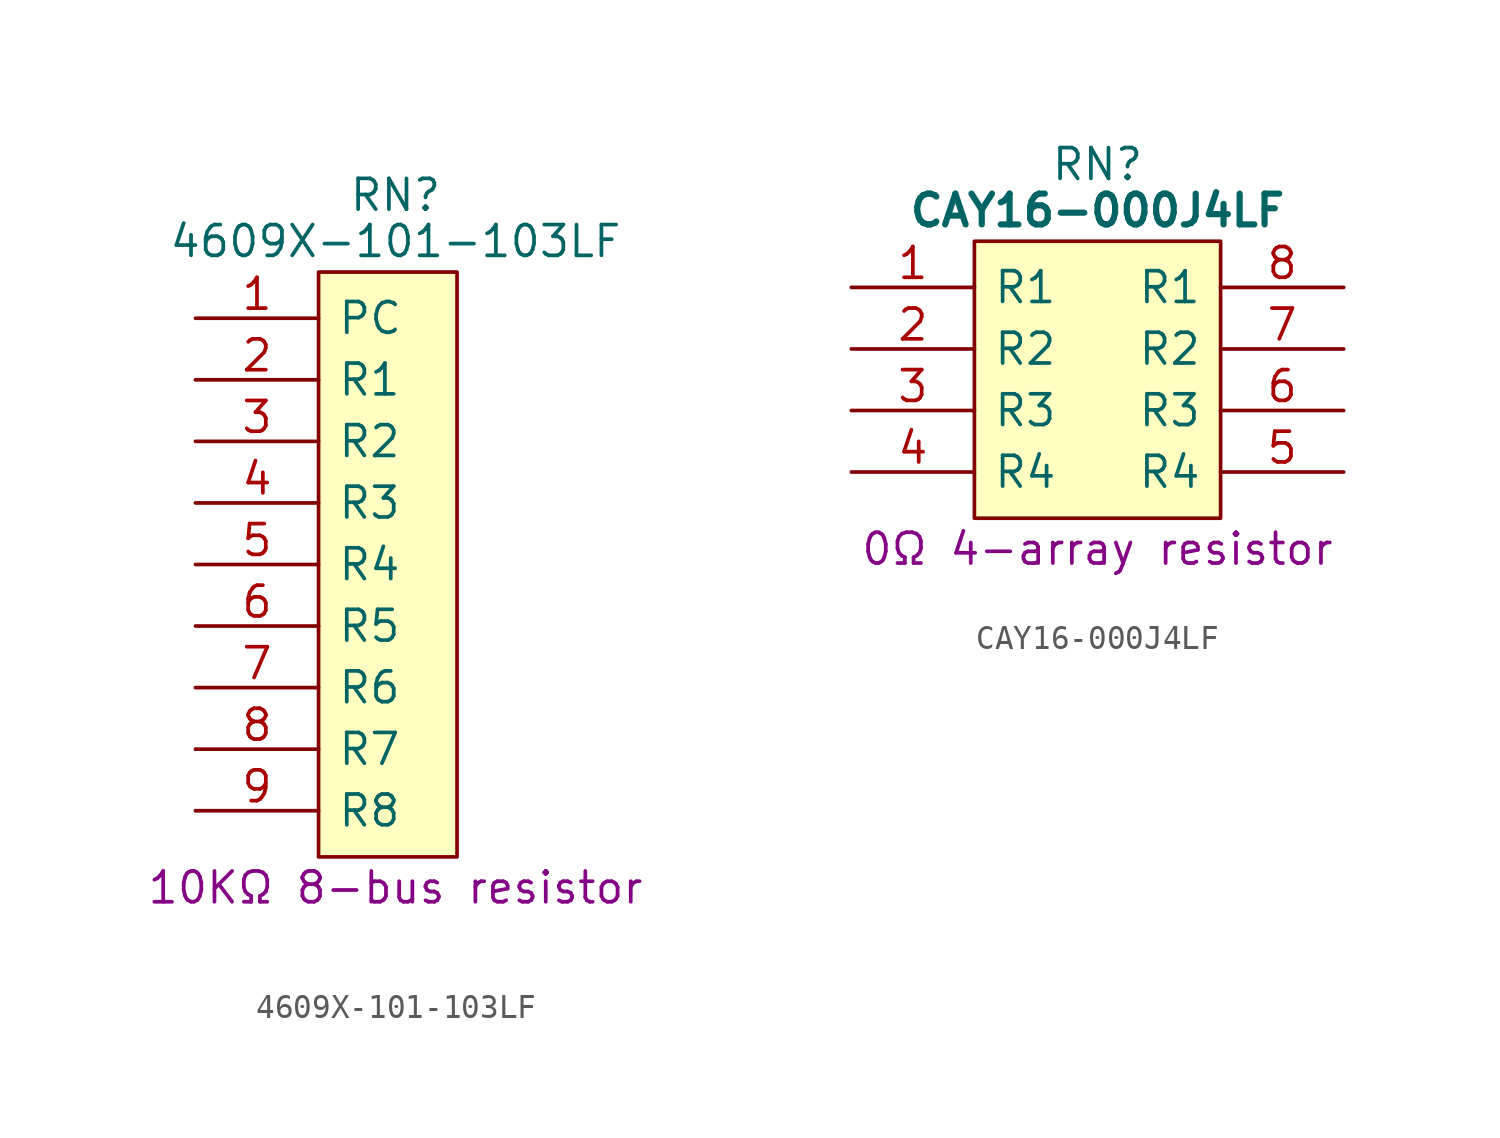
<source format=kicad_sym>
(kicad_symbol_lib
  (version 20231120)
  (generator "kicad_symbol_editor")
  (generator_version "8.0")
  (symbol "4609X-101-103LF"
    (pin_names
      (offset 0.762))
    (property "Reference" "RN"
      (at 8.255 5.08 0)
      (effects (font (size 1.27 1.27))))
    (property "Value" "4609X-101-103LF"
      (at 8.255 3.175 0)
      (effects (font (size 1.27 1.27))))
    (property "Description" "10KΩ 8-bus resistor"
      (at 8.255 -23.495 0)
      (effects (font (size 1.27 1.27))))
    (symbol "4609X-101-103LF_0_0"
      (pin passive line (at 0 0 0) (length 5.08) (name "PC" (effects (font (size 1.27 1.27)))) (number "1" (effects (font (size 1.27 1.27)))))
      (pin passive line (at 0 -2.54 0) (length 5.08) (name "R1" (effects (font (size 1.27 1.27)))) (number "2" (effects (font (size 1.27 1.27)))))
      (pin passive line (at 0 -5.08 0) (length 5.08) (name "R2" (effects (font (size 1.27 1.27)))) (number "3" (effects (font (size 1.27 1.27)))))
      (pin passive line (at 0 -7.62 0) (length 5.08) (name "R3" (effects (font (size 1.27 1.27)))) (number "4" (effects (font (size 1.27 1.27)))))
      (pin passive line (at 0 -10.16 0) (length 5.08) (name "R4" (effects (font (size 1.27 1.27)))) (number "5" (effects (font (size 1.27 1.27)))))
      (pin passive line (at 0 -12.7 0) (length 5.08) (name "R5" (effects (font (size 1.27 1.27)))) (number "6" (effects (font (size 1.27 1.27)))))
      (pin passive line (at 0 -15.24 0) (length 5.08) (name "R6" (effects (font (size 1.27 1.27)))) (number "7" (effects (font (size 1.27 1.27)))))
      (pin passive line (at 0 -17.78 0) (length 5.08) (name "R7" (effects (font (size 1.27 1.27)))) (number "8" (effects (font (size 1.27 1.27)))))
      (pin passive line (at 0 -20.32 0) (length 5.08) (name "R8" (effects (font (size 1.27 1.27)))) (number "9" (effects (font (size 1.27 1.27))))))
    (symbol "4609X-101-103LF_0_1"
      (polyline (pts (xy 5.08 1.905) (xy 10.795 1.905) (xy 10.795 -22.225) (xy 5.08 -22.225) (xy 5.08 1.905)) (stroke (width 0.152) (type default)) (fill (type background)))))
  (symbol "CAY16-000J4LF"
    (pin_names
      (offset 0.762))
    (property "Reference" "RN"
      (at 10.16 5.08 0)
      (effects (font (size 1.27 1.27))))
    (property "Value" "CAY16-000J4LF"
      (at 10.16 3.175 0)
      (effects (font (size 1.27 1.27) (bold yes))))
    (property "Description" "0Ω 4-array resistor"
      (at 10.16 -10.795 0)
      (effects (font (size 1.27 1.27))))
    (symbol "CAY16-000J4LF_0_0"
      (pin passive line (at 0 0 0) (length 5.08) (name "R1" (effects (font (size 1.27 1.27)))) (number "1" (effects (font (size 1.27 1.27)))))
      (pin passive line (at 0 -2.54 0) (length 5.08) (name "R2" (effects (font (size 1.27 1.27)))) (number "2" (effects (font (size 1.27 1.27)))))
      (pin passive line (at 0 -5.08 0) (length 5.08) (name "R3" (effects (font (size 1.27 1.27)))) (number "3" (effects (font (size 1.27 1.27)))))
      (pin passive line (at 0 -7.62 0) (length 5.08) (name "R4" (effects (font (size 1.27 1.27)))) (number "4" (effects (font (size 1.27 1.27)))))
      (pin passive line (at 20.32 -7.62 180) (length 5.08) (name "R4" (effects (font (size 1.27 1.27)))) (number "5" (effects (font (size 1.27 1.27)))))
      (pin passive line (at 20.32 -5.08 180) (length 5.08) (name "R3" (effects (font (size 1.27 1.27)))) (number "6" (effects (font (size 1.27 1.27)))))
      (pin passive line (at 20.32 -2.54 180) (length 5.08) (name "R2" (effects (font (size 1.27 1.27)))) (number "7" (effects (font (size 1.27 1.27)))))
      (pin passive line (at 20.32 0 180) (length 5.08) (name "R1" (effects (font (size 1.27 1.27)))) (number "8" (effects (font (size 1.27 1.27))))))
    (symbol "CAY16-000J4LF_0_1"
      (polyline (pts (xy 5.08 1.905) (xy 15.24 1.905) (xy 15.24 -9.525) (xy 5.08 -9.525) (xy 5.08 1.905)) (stroke (width 0.152) (type default)) (fill (type background))))))
</source>
